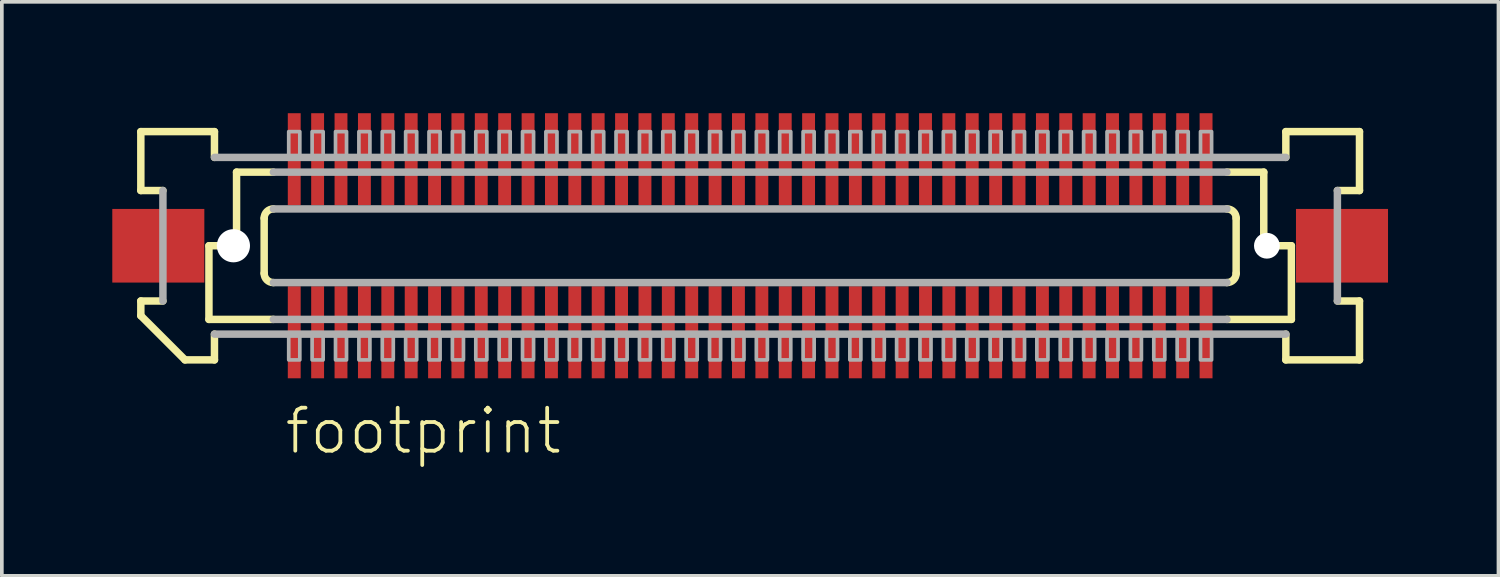
<source format=kicad_pcb>
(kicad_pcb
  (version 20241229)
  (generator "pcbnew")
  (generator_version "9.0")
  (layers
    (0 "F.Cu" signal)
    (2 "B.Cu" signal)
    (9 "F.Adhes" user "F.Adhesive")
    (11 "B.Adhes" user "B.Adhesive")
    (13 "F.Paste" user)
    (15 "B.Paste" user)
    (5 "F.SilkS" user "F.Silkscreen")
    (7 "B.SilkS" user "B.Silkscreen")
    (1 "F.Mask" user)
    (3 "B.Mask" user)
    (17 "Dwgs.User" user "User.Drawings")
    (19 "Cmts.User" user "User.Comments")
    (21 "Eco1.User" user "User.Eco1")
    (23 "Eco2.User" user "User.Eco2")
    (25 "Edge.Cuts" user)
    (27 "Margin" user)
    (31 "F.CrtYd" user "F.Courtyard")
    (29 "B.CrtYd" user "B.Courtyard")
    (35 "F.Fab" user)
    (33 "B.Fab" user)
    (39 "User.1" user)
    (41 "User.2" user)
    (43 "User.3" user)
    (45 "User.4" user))
  (footprint "footprint"
    (layer "F.Cu")
    (at 17.325 3.625)
    (property "Reference" "footprint" (at -12.7 5.715 0) (layer "F.SilkS") (effects (font (size 1.168 1.168) (thickness 0.102)) (justify left bottom)))
    (fp_poly (pts (xy -12.582 3.625) (xy -12.182 3.625) (xy -12.182 1.075) (xy -12.582 1.075)) (stroke (width 0) (type solid)) (fill yes) (layer "F.Mask"))
    (fp_poly (pts (xy -12.182 -3.625) (xy -12.582 -3.625) (xy -12.582 -1.075) (xy -12.182 -1.075)) (stroke (width 0) (type solid)) (fill yes) (layer "F.Mask"))
    (fp_poly (pts (xy -11.947 3.625) (xy -11.547 3.625) (xy -11.547 1.075) (xy -11.947 1.075)) (stroke (width 0) (type solid)) (fill yes) (layer "F.Mask"))
    (fp_poly (pts (xy -11.547 -3.625) (xy -11.947 -3.625) (xy -11.947 -1.075) (xy -11.547 -1.075)) (stroke (width 0) (type solid)) (fill yes) (layer "F.Mask"))
    (fp_poly (pts (xy -11.312 3.625) (xy -10.912 3.625) (xy -10.912 1.075) (xy -11.312 1.075)) (stroke (width 0) (type solid)) (fill yes) (layer "F.Mask"))
    (fp_poly (pts (xy -10.912 -3.625) (xy -11.312 -3.625) (xy -11.312 -1.075) (xy -10.912 -1.075)) (stroke (width 0) (type solid)) (fill yes) (layer "F.Mask"))
    (fp_poly (pts (xy -10.678 3.625) (xy -10.277 3.625) (xy -10.277 1.075) (xy -10.678 1.075)) (stroke (width 0) (type solid)) (fill yes) (layer "F.Mask"))
    (fp_poly (pts (xy -10.277 -3.625) (xy -10.678 -3.625) (xy -10.678 -1.075) (xy -10.277 -1.075)) (stroke (width 0) (type solid)) (fill yes) (layer "F.Mask"))
    (fp_poly (pts (xy -10.043 3.625) (xy -9.643 3.625) (xy -9.643 1.075) (xy -10.043 1.075)) (stroke (width 0) (type solid)) (fill yes) (layer "F.Mask"))
    (fp_poly (pts (xy -9.643 -3.625) (xy -10.043 -3.625) (xy -10.043 -1.075) (xy -9.643 -1.075)) (stroke (width 0) (type solid)) (fill yes) (layer "F.Mask"))
    (fp_poly (pts (xy -9.408 3.625) (xy -9.008 3.625) (xy -9.008 1.075) (xy -9.408 1.075)) (stroke (width 0) (type solid)) (fill yes) (layer "F.Mask"))
    (fp_poly (pts (xy -9.008 -3.625) (xy -9.408 -3.625) (xy -9.408 -1.075) (xy -9.008 -1.075)) (stroke (width 0) (type solid)) (fill yes) (layer "F.Mask"))
    (fp_poly (pts (xy -8.773 3.625) (xy -8.373 3.625) (xy -8.373 1.075) (xy -8.773 1.075)) (stroke (width 0) (type solid)) (fill yes) (layer "F.Mask"))
    (fp_poly (pts (xy -8.373 -3.625) (xy -8.773 -3.625) (xy -8.773 -1.075) (xy -8.373 -1.075)) (stroke (width 0) (type solid)) (fill yes) (layer "F.Mask"))
    (fp_poly (pts (xy -8.137 3.625) (xy -7.737 3.625) (xy -7.737 1.075) (xy -8.137 1.075)) (stroke (width 0) (type solid)) (fill yes) (layer "F.Mask"))
    (fp_poly (pts (xy -7.737 -3.625) (xy -8.137 -3.625) (xy -8.137 -1.075) (xy -7.737 -1.075)) (stroke (width 0) (type solid)) (fill yes) (layer "F.Mask"))
    (fp_poly (pts (xy -7.503 3.625) (xy -7.103 3.625) (xy -7.103 1.075) (xy -7.503 1.075)) (stroke (width 0) (type solid)) (fill yes) (layer "F.Mask"))
    (fp_poly (pts (xy -7.103 -3.625) (xy -7.503 -3.625) (xy -7.503 -1.075) (xy -7.103 -1.075)) (stroke (width 0) (type solid)) (fill yes) (layer "F.Mask"))
    (fp_poly (pts (xy -6.867 3.625) (xy -6.468 3.625) (xy -6.468 1.075) (xy -6.867 1.075)) (stroke (width 0) (type solid)) (fill yes) (layer "F.Mask"))
    (fp_poly (pts (xy -6.468 -3.625) (xy -6.867 -3.625) (xy -6.867 -1.075) (xy -6.468 -1.075)) (stroke (width 0) (type solid)) (fill yes) (layer "F.Mask"))
    (fp_poly (pts (xy -6.232 3.625) (xy -5.832 3.625) (xy -5.832 1.075) (xy -6.232 1.075)) (stroke (width 0) (type solid)) (fill yes) (layer "F.Mask"))
    (fp_poly (pts (xy -5.832 -3.625) (xy -6.232 -3.625) (xy -6.232 -1.075) (xy -5.832 -1.075)) (stroke (width 0) (type solid)) (fill yes) (layer "F.Mask"))
    (fp_poly (pts (xy -5.598 3.625) (xy -5.197 3.625) (xy -5.197 1.075) (xy -5.598 1.075)) (stroke (width 0) (type solid)) (fill yes) (layer "F.Mask"))
    (fp_poly (pts (xy -5.197 -3.625) (xy -5.598 -3.625) (xy -5.598 -1.075) (xy -5.197 -1.075)) (stroke (width 0) (type solid)) (fill yes) (layer "F.Mask"))
    (fp_poly (pts (xy -4.963 3.625) (xy -4.562 3.625) (xy -4.562 1.075) (xy -4.963 1.075)) (stroke (width 0) (type solid)) (fill yes) (layer "F.Mask"))
    (fp_poly (pts (xy -4.562 -3.625) (xy -4.963 -3.625) (xy -4.963 -1.075) (xy -4.562 -1.075)) (stroke (width 0) (type solid)) (fill yes) (layer "F.Mask"))
    (fp_poly (pts (xy -4.327 3.625) (xy -3.928 3.625) (xy -3.928 1.075) (xy -4.327 1.075)) (stroke (width 0) (type solid)) (fill yes) (layer "F.Mask"))
    (fp_poly (pts (xy -3.928 -3.625) (xy -4.327 -3.625) (xy -4.327 -1.075) (xy -3.928 -1.075)) (stroke (width 0) (type solid)) (fill yes) (layer "F.Mask"))
    (fp_poly (pts (xy -3.692 3.625) (xy -3.292 3.625) (xy -3.292 1.075) (xy -3.692 1.075)) (stroke (width 0) (type solid)) (fill yes) (layer "F.Mask"))
    (fp_poly (pts (xy -3.292 -3.625) (xy -3.692 -3.625) (xy -3.692 -1.075) (xy -3.292 -1.075)) (stroke (width 0) (type solid)) (fill yes) (layer "F.Mask"))
    (fp_poly (pts (xy -3.058 3.625) (xy -2.658 3.625) (xy -2.658 1.075) (xy -3.058 1.075)) (stroke (width 0) (type solid)) (fill yes) (layer "F.Mask"))
    (fp_poly (pts (xy -2.658 -3.625) (xy -3.058 -3.625) (xy -3.058 -1.075) (xy -2.658 -1.075)) (stroke (width 0) (type solid)) (fill yes) (layer "F.Mask"))
    (fp_poly (pts (xy -2.422 3.625) (xy -2.022 3.625) (xy -2.022 1.075) (xy -2.422 1.075)) (stroke (width 0) (type solid)) (fill yes) (layer "F.Mask"))
    (fp_poly (pts (xy -2.022 -3.625) (xy -2.422 -3.625) (xy -2.422 -1.075) (xy -2.022 -1.075)) (stroke (width 0) (type solid)) (fill yes) (layer "F.Mask"))
    (fp_poly (pts (xy -1.788 3.625) (xy -1.387 3.625) (xy -1.387 1.075) (xy -1.788 1.075)) (stroke (width 0) (type solid)) (fill yes) (layer "F.Mask"))
    (fp_poly (pts (xy -1.387 -3.625) (xy -1.788 -3.625) (xy -1.788 -1.075) (xy -1.387 -1.075)) (stroke (width 0) (type solid)) (fill yes) (layer "F.Mask"))
    (fp_poly (pts (xy -1.153 3.625) (xy -0.752 3.625) (xy -0.752 1.075) (xy -1.153 1.075)) (stroke (width 0) (type solid)) (fill yes) (layer "F.Mask"))
    (fp_poly (pts (xy -0.752 -3.625) (xy -1.153 -3.625) (xy -1.153 -1.075) (xy -0.752 -1.075)) (stroke (width 0) (type solid)) (fill yes) (layer "F.Mask"))
    (fp_poly (pts (xy -0.517 3.625) (xy -0.117 3.625) (xy -0.117 1.075) (xy -0.517 1.075)) (stroke (width 0) (type solid)) (fill yes) (layer "F.Mask"))
    (fp_poly (pts (xy -0.117 -3.625) (xy -0.517 -3.625) (xy -0.517 -1.075) (xy -0.117 -1.075)) (stroke (width 0) (type solid)) (fill yes) (layer "F.Mask"))
    (fp_poly (pts (xy 0.117 3.625) (xy 0.517 3.625) (xy 0.517 1.075) (xy 0.117 1.075)) (stroke (width 0) (type solid)) (fill yes) (layer "F.Mask"))
    (fp_poly (pts (xy 0.517 -3.625) (xy 0.117 -3.625) (xy 0.117 -1.075) (xy 0.517 -1.075)) (stroke (width 0) (type solid)) (fill yes) (layer "F.Mask"))
    (fp_poly (pts (xy 0.752 3.625) (xy 1.153 3.625) (xy 1.153 1.075) (xy 0.752 1.075)) (stroke (width 0) (type solid)) (fill yes) (layer "F.Mask"))
    (fp_poly (pts (xy 1.153 -3.625) (xy 0.752 -3.625) (xy 0.752 -1.075) (xy 1.153 -1.075)) (stroke (width 0) (type solid)) (fill yes) (layer "F.Mask"))
    (fp_poly (pts (xy 1.387 3.625) (xy 1.788 3.625) (xy 1.788 1.075) (xy 1.387 1.075)) (stroke (width 0) (type solid)) (fill yes) (layer "F.Mask"))
    (fp_poly (pts (xy 1.788 -3.625) (xy 1.387 -3.625) (xy 1.387 -1.075) (xy 1.788 -1.075)) (stroke (width 0) (type solid)) (fill yes) (layer "F.Mask"))
    (fp_poly (pts (xy 2.022 3.625) (xy 2.422 3.625) (xy 2.422 1.075) (xy 2.022 1.075)) (stroke (width 0) (type solid)) (fill yes) (layer "F.Mask"))
    (fp_poly (pts (xy 2.422 -3.625) (xy 2.022 -3.625) (xy 2.022 -1.075) (xy 2.422 -1.075)) (stroke (width 0) (type solid)) (fill yes) (layer "F.Mask"))
    (fp_poly (pts (xy 2.658 3.625) (xy 3.058 3.625) (xy 3.058 1.075) (xy 2.658 1.075)) (stroke (width 0) (type solid)) (fill yes) (layer "F.Mask"))
    (fp_poly (pts (xy 3.058 -3.625) (xy 2.658 -3.625) (xy 2.658 -1.075) (xy 3.058 -1.075)) (stroke (width 0) (type solid)) (fill yes) (layer "F.Mask"))
    (fp_poly (pts (xy 3.292 3.625) (xy 3.692 3.625) (xy 3.692 1.075) (xy 3.292 1.075)) (stroke (width 0) (type solid)) (fill yes) (layer "F.Mask"))
    (fp_poly (pts (xy 3.692 -3.625) (xy 3.292 -3.625) (xy 3.292 -1.075) (xy 3.692 -1.075)) (stroke (width 0) (type solid)) (fill yes) (layer "F.Mask"))
    (fp_poly (pts (xy 3.928 3.625) (xy 4.327 3.625) (xy 4.327 1.075) (xy 3.928 1.075)) (stroke (width 0) (type solid)) (fill yes) (layer "F.Mask"))
    (fp_poly (pts (xy 4.327 -3.625) (xy 3.928 -3.625) (xy 3.928 -1.075) (xy 4.327 -1.075)) (stroke (width 0) (type solid)) (fill yes) (layer "F.Mask"))
    (fp_poly (pts (xy 4.562 3.625) (xy 4.963 3.625) (xy 4.963 1.075) (xy 4.562 1.075)) (stroke (width 0) (type solid)) (fill yes) (layer "F.Mask"))
    (fp_poly (pts (xy 4.963 -3.625) (xy 4.562 -3.625) (xy 4.562 -1.075) (xy 4.963 -1.075)) (stroke (width 0) (type solid)) (fill yes) (layer "F.Mask"))
    (fp_poly (pts (xy 5.197 3.625) (xy 5.598 3.625) (xy 5.598 1.075) (xy 5.197 1.075)) (stroke (width 0) (type solid)) (fill yes) (layer "F.Mask"))
    (fp_poly (pts (xy 5.598 -3.625) (xy 5.197 -3.625) (xy 5.197 -1.075) (xy 5.598 -1.075)) (stroke (width 0) (type solid)) (fill yes) (layer "F.Mask"))
    (fp_poly (pts (xy 5.832 3.625) (xy 6.232 3.625) (xy 6.232 1.075) (xy 5.832 1.075)) (stroke (width 0) (type solid)) (fill yes) (layer "F.Mask"))
    (fp_poly (pts (xy 6.232 -3.625) (xy 5.832 -3.625) (xy 5.832 -1.075) (xy 6.232 -1.075)) (stroke (width 0) (type solid)) (fill yes) (layer "F.Mask"))
    (fp_poly (pts (xy 6.468 3.625) (xy 6.867 3.625) (xy 6.867 1.075) (xy 6.468 1.075)) (stroke (width 0) (type solid)) (fill yes) (layer "F.Mask"))
    (fp_poly (pts (xy 6.867 -3.625) (xy 6.468 -3.625) (xy 6.468 -1.075) (xy 6.867 -1.075)) (stroke (width 0) (type solid)) (fill yes) (layer "F.Mask"))
    (fp_poly (pts (xy 7.103 3.625) (xy 7.503 3.625) (xy 7.503 1.075) (xy 7.103 1.075)) (stroke (width 0) (type solid)) (fill yes) (layer "F.Mask"))
    (fp_poly (pts (xy 7.503 -3.625) (xy 7.103 -3.625) (xy 7.103 -1.075) (xy 7.503 -1.075)) (stroke (width 0) (type solid)) (fill yes) (layer "F.Mask"))
    (fp_poly (pts (xy 7.737 3.625) (xy 8.137 3.625) (xy 8.137 1.075) (xy 7.737 1.075)) (stroke (width 0) (type solid)) (fill yes) (layer "F.Mask"))
    (fp_poly (pts (xy 8.137 -3.625) (xy 7.737 -3.625) (xy 7.737 -1.075) (xy 8.137 -1.075)) (stroke (width 0) (type solid)) (fill yes) (layer "F.Mask"))
    (fp_poly (pts (xy 8.373 3.625) (xy 8.773 3.625) (xy 8.773 1.075) (xy 8.373 1.075)) (stroke (width 0) (type solid)) (fill yes) (layer "F.Mask"))
    (fp_poly (pts (xy 8.773 -3.625) (xy 8.373 -3.625) (xy 8.373 -1.075) (xy 8.773 -1.075)) (stroke (width 0) (type solid)) (fill yes) (layer "F.Mask"))
    (fp_poly (pts (xy 9.008 3.625) (xy 9.408 3.625) (xy 9.408 1.075) (xy 9.008 1.075)) (stroke (width 0) (type solid)) (fill yes) (layer "F.Mask"))
    (fp_poly (pts (xy 9.408 -3.625) (xy 9.008 -3.625) (xy 9.008 -1.075) (xy 9.408 -1.075)) (stroke (width 0) (type solid)) (fill yes) (layer "F.Mask"))
    (fp_poly (pts (xy 9.643 3.625) (xy 10.043 3.625) (xy 10.043 1.075) (xy 9.643 1.075)) (stroke (width 0) (type solid)) (fill yes) (layer "F.Mask"))
    (fp_poly (pts (xy 10.043 -3.625) (xy 9.643 -3.625) (xy 9.643 -1.075) (xy 10.043 -1.075)) (stroke (width 0) (type solid)) (fill yes) (layer "F.Mask"))
    (fp_poly (pts (xy 10.277 3.625) (xy 10.678 3.625) (xy 10.678 1.075) (xy 10.277 1.075)) (stroke (width 0) (type solid)) (fill yes) (layer "F.Mask"))
    (fp_poly (pts (xy 10.678 -3.625) (xy 10.277 -3.625) (xy 10.277 -1.075) (xy 10.678 -1.075)) (stroke (width 0) (type solid)) (fill yes) (layer "F.Mask"))
    (fp_poly (pts (xy 10.912 3.625) (xy 11.312 3.625) (xy 11.312 1.075) (xy 10.912 1.075)) (stroke (width 0) (type solid)) (fill yes) (layer "F.Mask"))
    (fp_poly (pts (xy 11.312 -3.625) (xy 10.912 -3.625) (xy 10.912 -1.075) (xy 11.312 -1.075)) (stroke (width 0) (type solid)) (fill yes) (layer "F.Mask"))
    (fp_poly (pts (xy 11.547 3.625) (xy 11.947 3.625) (xy 11.947 1.075) (xy 11.547 1.075)) (stroke (width 0) (type solid)) (fill yes) (layer "F.Mask"))
    (fp_poly (pts (xy 11.947 -3.625) (xy 11.547 -3.625) (xy 11.547 -1.075) (xy 11.947 -1.075)) (stroke (width 0) (type solid)) (fill yes) (layer "F.Mask"))
    (fp_poly (pts (xy 12.182 3.625) (xy 12.582 3.625) (xy 12.582 1.075) (xy 12.182 1.075)) (stroke (width 0) (type solid)) (fill yes) (layer "F.Mask"))
    (fp_poly (pts (xy 12.582 -3.625) (xy 12.182 -3.625) (xy 12.182 -1.075) (xy 12.582 -1.075)) (stroke (width 0) (type solid)) (fill yes) (layer "F.Mask"))
    (fp_line (start -16.55 -3.1) (end -14.55 -3.1) (stroke (width 0.203) (type solid)) (layer "F.SilkS"))
    (fp_line (start -16.55 -1.5) (end -16.55 -3.1) (stroke (width 0.203) (type solid)) (layer "F.SilkS"))
    (fp_line (start -16.55 1.5) (end -15.95 1.5) (stroke (width 0.203) (type solid)) (layer "F.SilkS"))
    (fp_line (start -16.55 1.9) (end -16.55 1.5) (stroke (width 0.203) (type solid)) (layer "F.SilkS"))
    (fp_line (start -15.95 -1.5) (end -16.55 -1.5) (stroke (width 0.203) (type solid)) (layer "F.SilkS"))
    (fp_line (start -15.35 3.1) (end -16.55 1.9) (stroke (width 0.203) (type solid)) (layer "F.SilkS"))
    (fp_line (start -14.7 0) (end -14.7 2) (stroke (width 0.203) (type solid)) (layer "F.SilkS"))
    (fp_line (start -14.7 2) (end -12.95 2) (stroke (width 0.203) (type solid)) (layer "F.SilkS"))
    (fp_line (start -14.55 -3.1) (end -14.55 -2.4) (stroke (width 0.203) (type solid)) (layer "F.SilkS"))
    (fp_line (start -14.55 2.4) (end -14.55 3.1) (stroke (width 0.203) (type solid)) (layer "F.SilkS"))
    (fp_line (start -14.55 3.1) (end -15.35 3.1) (stroke (width 0.203) (type solid)) (layer "F.SilkS"))
    (fp_line (start -13.95 -2) (end -13.95 0) (stroke (width 0.203) (type solid)) (layer "F.SilkS"))
    (fp_line (start -13.95 0) (end -14.7 0) (stroke (width 0.203) (type solid)) (layer "F.SilkS"))
    (fp_line (start -13.2 0.75) (end -13.2 -0.75) (stroke (width 0.203) (type solid)) (layer "F.SilkS"))
    (fp_line (start -12.95 -2) (end -13.95 -2) (stroke (width 0.203) (type solid)) (layer "F.SilkS"))
    (fp_line (start 12.95 2) (end 14.7 2) (stroke (width 0.203) (type solid)) (layer "F.SilkS"))
    (fp_line (start 13.2 -0.75) (end 13.2 0.75) (stroke (width 0.203) (type solid)) (layer "F.SilkS"))
    (fp_line (start 13.95 -2) (end 12.95 -2) (stroke (width 0.203) (type solid)) (layer "F.SilkS"))
    (fp_line (start 13.95 -2) (end 13.95 0) (stroke (width 0.203) (type solid)) (layer "F.SilkS"))
    (fp_line (start 14.55 -3.1) (end 16.55 -3.1) (stroke (width 0.203) (type solid)) (layer "F.SilkS"))
    (fp_line (start 14.55 -2.4) (end 14.55 -3.1) (stroke (width 0.203) (type solid)) (layer "F.SilkS"))
    (fp_line (start 14.55 3.1) (end 14.55 2.4) (stroke (width 0.203) (type solid)) (layer "F.SilkS"))
    (fp_line (start 14.7 0) (end 13.95 0) (stroke (width 0.203) (type solid)) (layer "F.SilkS"))
    (fp_line (start 14.7 0) (end 14.7 2) (stroke (width 0.203) (type solid)) (layer "F.SilkS"))
    (fp_line (start 15.95 1.5) (end 16.55 1.5) (stroke (width 0.203) (type solid)) (layer "F.SilkS"))
    (fp_line (start 16.55 -3.1) (end 16.55 -1.5) (stroke (width 0.203) (type solid)) (layer "F.SilkS"))
    (fp_line (start 16.55 -1.5) (end 15.95 -1.5) (stroke (width 0.203) (type solid)) (layer "F.SilkS"))
    (fp_line (start 16.55 1.5) (end 16.55 3.1) (stroke (width 0.203) (type solid)) (layer "F.SilkS"))
    (fp_line (start 16.55 3.1) (end 14.55 3.1) (stroke (width 0.203) (type solid)) (layer "F.SilkS"))
    (fp_arc (start -13.2 -0.75) (mid -13.126777 -0.926777) (end -12.95 -1) (stroke (width 0.2032) (type solid)) (layer "F.SilkS"))
    (fp_arc (start -12.95 1) (mid -13.126777 0.926777) (end -13.2 0.75) (stroke (width 0.2032) (type solid)) (layer "F.SilkS"))
    (fp_arc (start 12.95 -1) (mid 13.126777 -0.926777) (end 13.2 -0.75) (stroke (width 0.2032) (type solid)) (layer "F.SilkS"))
    (fp_arc (start 13.2 0.75) (mid 13.126777 0.926777) (end 12.95 1) (stroke (width 0.2032) (type solid)) (layer "F.SilkS"))
    (fp_line (start -15.95 1.5) (end -15.95 -1.5) (stroke (width 0.203) (type solid)) (layer "F.Fab"))
    (fp_line (start -14.55 -2.4) (end 14.55 -2.4) (stroke (width 0.203) (type solid)) (layer "F.Fab"))
    (fp_line (start -12.95 -1) (end 12.95 -1) (stroke (width 0.203) (type solid)) (layer "F.Fab"))
    (fp_line (start -12.95 2) (end 12.95 2) (stroke (width 0.203) (type solid)) (layer "F.Fab"))
    (fp_line (start 12.95 -2) (end -12.95 -2) (stroke (width 0.203) (type solid)) (layer "F.Fab"))
    (fp_line (start 12.95 1) (end -12.95 1) (stroke (width 0.203) (type solid)) (layer "F.Fab"))
    (fp_line (start 14.55 2.4) (end -14.55 2.4) (stroke (width 0.203) (type solid)) (layer "F.Fab"))
    (fp_line (start 15.95 -1.5) (end 15.95 1.5) (stroke (width 0.203) (type solid)) (layer "F.Fab"))
    (fp_poly (pts (xy -12.533 3.1) (xy -12.232 3.1) (xy -12.232 2.375) (xy -12.533 2.375)) (stroke (width 0.1) (type solid)) (fill no) (layer "F.Fab"))
    (fp_poly (pts (xy -12.232 -3.1) (xy -12.533 -3.1) (xy -12.533 -2.375) (xy -12.232 -2.375)) (stroke (width 0.1) (type solid)) (fill no) (layer "F.Fab"))
    (fp_poly (pts (xy -11.898 3.1) (xy -11.598 3.1) (xy -11.598 2.375) (xy -11.898 2.375)) (stroke (width 0.1) (type solid)) (fill no) (layer "F.Fab"))
    (fp_poly (pts (xy -11.598 -3.1) (xy -11.898 -3.1) (xy -11.898 -2.375) (xy -11.598 -2.375)) (stroke (width 0.1) (type solid)) (fill no) (layer "F.Fab"))
    (fp_poly (pts (xy -11.262 3.1) (xy -10.963 3.1) (xy -10.963 2.375) (xy -11.262 2.375)) (stroke (width 0.1) (type solid)) (fill no) (layer "F.Fab"))
    (fp_poly (pts (xy -10.963 -3.1) (xy -11.262 -3.1) (xy -11.262 -2.375) (xy -10.963 -2.375)) (stroke (width 0.1) (type solid)) (fill no) (layer "F.Fab"))
    (fp_poly (pts (xy -10.627 3.1) (xy -10.328 3.1) (xy -10.328 2.375) (xy -10.627 2.375)) (stroke (width 0.1) (type solid)) (fill no) (layer "F.Fab"))
    (fp_poly (pts (xy -10.328 -3.1) (xy -10.627 -3.1) (xy -10.627 -2.375) (xy -10.328 -2.375)) (stroke (width 0.1) (type solid)) (fill no) (layer "F.Fab"))
    (fp_poly (pts (xy -9.992 3.1) (xy -9.693 3.1) (xy -9.693 2.375) (xy -9.992 2.375)) (stroke (width 0.1) (type solid)) (fill no) (layer "F.Fab"))
    (fp_poly (pts (xy -9.693 -3.1) (xy -9.992 -3.1) (xy -9.992 -2.375) (xy -9.693 -2.375)) (stroke (width 0.1) (type solid)) (fill no) (layer "F.Fab"))
    (fp_poly (pts (xy -9.357 3.1) (xy -9.057 3.1) (xy -9.057 2.375) (xy -9.357 2.375)) (stroke (width 0.1) (type solid)) (fill no) (layer "F.Fab"))
    (fp_poly (pts (xy -9.057 -3.1) (xy -9.357 -3.1) (xy -9.357 -2.375) (xy -9.057 -2.375)) (stroke (width 0.1) (type solid)) (fill no) (layer "F.Fab"))
    (fp_poly (pts (xy -8.723 3.1) (xy -8.422 3.1) (xy -8.422 2.375) (xy -8.723 2.375)) (stroke (width 0.1) (type solid)) (fill no) (layer "F.Fab"))
    (fp_poly (pts (xy -8.422 -3.1) (xy -8.723 -3.1) (xy -8.723 -2.375) (xy -8.422 -2.375)) (stroke (width 0.1) (type solid)) (fill no) (layer "F.Fab"))
    (fp_poly (pts (xy -8.088 3.1) (xy -7.787 3.1) (xy -7.787 2.375) (xy -8.088 2.375)) (stroke (width 0.1) (type solid)) (fill no) (layer "F.Fab"))
    (fp_poly (pts (xy -7.787 -3.1) (xy -8.088 -3.1) (xy -8.088 -2.375) (xy -7.787 -2.375)) (stroke (width 0.1) (type solid)) (fill no) (layer "F.Fab"))
    (fp_poly (pts (xy -7.452 3.1) (xy -7.152 3.1) (xy -7.152 2.375) (xy -7.452 2.375)) (stroke (width 0.1) (type solid)) (fill no) (layer "F.Fab"))
    (fp_poly (pts (xy -7.152 -3.1) (xy -7.452 -3.1) (xy -7.452 -2.375) (xy -7.152 -2.375)) (stroke (width 0.1) (type solid)) (fill no) (layer "F.Fab"))
    (fp_poly (pts (xy -6.817 3.1) (xy -6.518 3.1) (xy -6.518 2.375) (xy -6.817 2.375)) (stroke (width 0.1) (type solid)) (fill no) (layer "F.Fab"))
    (fp_poly (pts (xy -6.518 -3.1) (xy -6.817 -3.1) (xy -6.817 -2.375) (xy -6.518 -2.375)) (stroke (width 0.1) (type solid)) (fill no) (layer "F.Fab"))
    (fp_poly (pts (xy -6.183 3.1) (xy -5.883 3.1) (xy -5.883 2.375) (xy -6.183 2.375)) (stroke (width 0.1) (type solid)) (fill no) (layer "F.Fab"))
    (fp_poly (pts (xy -5.883 -3.1) (xy -6.183 -3.1) (xy -6.183 -2.375) (xy -5.883 -2.375)) (stroke (width 0.1) (type solid)) (fill no) (layer "F.Fab"))
    (fp_poly (pts (xy -5.548 3.1) (xy -5.247 3.1) (xy -5.247 2.375) (xy -5.548 2.375)) (stroke (width 0.1) (type solid)) (fill no) (layer "F.Fab"))
    (fp_poly (pts (xy -5.247 -3.1) (xy -5.548 -3.1) (xy -5.548 -2.375) (xy -5.247 -2.375)) (stroke (width 0.1) (type solid)) (fill no) (layer "F.Fab"))
    (fp_poly (pts (xy -4.912 3.1) (xy -4.612 3.1) (xy -4.612 2.375) (xy -4.912 2.375)) (stroke (width 0.1) (type solid)) (fill no) (layer "F.Fab"))
    (fp_poly (pts (xy -4.612 -3.1) (xy -4.912 -3.1) (xy -4.912 -2.375) (xy -4.612 -2.375)) (stroke (width 0.1) (type solid)) (fill no) (layer "F.Fab"))
    (fp_poly (pts (xy -4.277 3.1) (xy -3.978 3.1) (xy -3.978 2.375) (xy -4.277 2.375)) (stroke (width 0.1) (type solid)) (fill no) (layer "F.Fab"))
    (fp_poly (pts (xy -3.978 -3.1) (xy -4.277 -3.1) (xy -4.277 -2.375) (xy -3.978 -2.375)) (stroke (width 0.1) (type solid)) (fill no) (layer "F.Fab"))
    (fp_poly (pts (xy -3.643 3.1) (xy -3.342 3.1) (xy -3.342 2.375) (xy -3.643 2.375)) (stroke (width 0.1) (type solid)) (fill no) (layer "F.Fab"))
    (fp_poly (pts (xy -3.342 -3.1) (xy -3.643 -3.1) (xy -3.643 -2.375) (xy -3.342 -2.375)) (stroke (width 0.1) (type solid)) (fill no) (layer "F.Fab"))
    (fp_poly (pts (xy -3.007 3.1) (xy -2.708 3.1) (xy -2.708 2.375) (xy -3.007 2.375)) (stroke (width 0.1) (type solid)) (fill no) (layer "F.Fab"))
    (fp_poly (pts (xy -2.708 -3.1) (xy -3.007 -3.1) (xy -3.007 -2.375) (xy -2.708 -2.375)) (stroke (width 0.1) (type solid)) (fill no) (layer "F.Fab"))
    (fp_poly (pts (xy -2.373 3.1) (xy -2.072 3.1) (xy -2.072 2.375) (xy -2.373 2.375)) (stroke (width 0.1) (type solid)) (fill no) (layer "F.Fab"))
    (fp_poly (pts (xy -2.072 -3.1) (xy -2.373 -3.1) (xy -2.373 -2.375) (xy -2.072 -2.375)) (stroke (width 0.1) (type solid)) (fill no) (layer "F.Fab"))
    (fp_poly (pts (xy -1.738 3.1) (xy -1.438 3.1) (xy -1.438 2.375) (xy -1.738 2.375)) (stroke (width 0.1) (type solid)) (fill no) (layer "F.Fab"))
    (fp_poly (pts (xy -1.438 -3.1) (xy -1.738 -3.1) (xy -1.738 -2.375) (xy -1.438 -2.375)) (stroke (width 0.1) (type solid)) (fill no) (layer "F.Fab"))
    (fp_poly (pts (xy -1.103 3.1) (xy -0.802 3.1) (xy -0.802 2.375) (xy -1.103 2.375)) (stroke (width 0.1) (type solid)) (fill no) (layer "F.Fab"))
    (fp_poly (pts (xy -0.802 -3.1) (xy -1.103 -3.1) (xy -1.103 -2.375) (xy -0.802 -2.375)) (stroke (width 0.1) (type solid)) (fill no) (layer "F.Fab"))
    (fp_poly (pts (xy -0.468 3.1) (xy -0.168 3.1) (xy -0.168 2.375) (xy -0.468 2.375)) (stroke (width 0.1) (type solid)) (fill no) (layer "F.Fab"))
    (fp_poly (pts (xy -0.168 -3.1) (xy -0.468 -3.1) (xy -0.468 -2.375) (xy -0.168 -2.375)) (stroke (width 0.1) (type solid)) (fill no) (layer "F.Fab"))
    (fp_poly (pts (xy 0.168 3.1) (xy 0.468 3.1) (xy 0.468 2.375) (xy 0.168 2.375)) (stroke (width 0.1) (type solid)) (fill no) (layer "F.Fab"))
    (fp_poly (pts (xy 0.468 -3.1) (xy 0.168 -3.1) (xy 0.168 -2.375) (xy 0.468 -2.375)) (stroke (width 0.1) (type solid)) (fill no) (layer "F.Fab"))
    (fp_poly (pts (xy 0.802 3.1) (xy 1.103 3.1) (xy 1.103 2.375) (xy 0.802 2.375)) (stroke (width 0.1) (type solid)) (fill no) (layer "F.Fab"))
    (fp_poly (pts (xy 1.103 -3.1) (xy 0.802 -3.1) (xy 0.802 -2.375) (xy 1.103 -2.375)) (stroke (width 0.1) (type solid)) (fill no) (layer "F.Fab"))
    (fp_poly (pts (xy 1.438 3.1) (xy 1.738 3.1) (xy 1.738 2.375) (xy 1.438 2.375)) (stroke (width 0.1) (type solid)) (fill no) (layer "F.Fab"))
    (fp_poly (pts (xy 1.738 -3.1) (xy 1.438 -3.1) (xy 1.438 -2.375) (xy 1.738 -2.375)) (stroke (width 0.1) (type solid)) (fill no) (layer "F.Fab"))
    (fp_poly (pts (xy 2.072 3.1) (xy 2.373 3.1) (xy 2.373 2.375) (xy 2.072 2.375)) (stroke (width 0.1) (type solid)) (fill no) (layer "F.Fab"))
    (fp_poly (pts (xy 2.373 -3.1) (xy 2.072 -3.1) (xy 2.072 -2.375) (xy 2.373 -2.375)) (stroke (width 0.1) (type solid)) (fill no) (layer "F.Fab"))
    (fp_poly (pts (xy 2.708 3.1) (xy 3.007 3.1) (xy 3.007 2.375) (xy 2.708 2.375)) (stroke (width 0.1) (type solid)) (fill no) (layer "F.Fab"))
    (fp_poly (pts (xy 3.007 -3.1) (xy 2.708 -3.1) (xy 2.708 -2.375) (xy 3.007 -2.375)) (stroke (width 0.1) (type solid)) (fill no) (layer "F.Fab"))
    (fp_poly (pts (xy 3.342 3.1) (xy 3.643 3.1) (xy 3.643 2.375) (xy 3.342 2.375)) (stroke (width 0.1) (type solid)) (fill no) (layer "F.Fab"))
    (fp_poly (pts (xy 3.643 -3.1) (xy 3.342 -3.1) (xy 3.342 -2.375) (xy 3.643 -2.375)) (stroke (width 0.1) (type solid)) (fill no) (layer "F.Fab"))
    (fp_poly (pts (xy 3.978 3.1) (xy 4.277 3.1) (xy 4.277 2.375) (xy 3.978 2.375)) (stroke (width 0.1) (type solid)) (fill no) (layer "F.Fab"))
    (fp_poly (pts (xy 4.277 -3.1) (xy 3.978 -3.1) (xy 3.978 -2.375) (xy 4.277 -2.375)) (stroke (width 0.1) (type solid)) (fill no) (layer "F.Fab"))
    (fp_poly (pts (xy 4.612 3.1) (xy 4.912 3.1) (xy 4.912 2.375) (xy 4.612 2.375)) (stroke (width 0.1) (type solid)) (fill no) (layer "F.Fab"))
    (fp_poly (pts (xy 4.912 -3.1) (xy 4.612 -3.1) (xy 4.612 -2.375) (xy 4.912 -2.375)) (stroke (width 0.1) (type solid)) (fill no) (layer "F.Fab"))
    (fp_poly (pts (xy 5.247 3.1) (xy 5.548 3.1) (xy 5.548 2.375) (xy 5.247 2.375)) (stroke (width 0.1) (type solid)) (fill no) (layer "F.Fab"))
    (fp_poly (pts (xy 5.548 -3.1) (xy 5.247 -3.1) (xy 5.247 -2.375) (xy 5.548 -2.375)) (stroke (width 0.1) (type solid)) (fill no) (layer "F.Fab"))
    (fp_poly (pts (xy 5.883 3.1) (xy 6.183 3.1) (xy 6.183 2.375) (xy 5.883 2.375)) (stroke (width 0.1) (type solid)) (fill no) (layer "F.Fab"))
    (fp_poly (pts (xy 6.183 -3.1) (xy 5.883 -3.1) (xy 5.883 -2.375) (xy 6.183 -2.375)) (stroke (width 0.1) (type solid)) (fill no) (layer "F.Fab"))
    (fp_poly (pts (xy 6.518 3.1) (xy 6.817 3.1) (xy 6.817 2.375) (xy 6.518 2.375)) (stroke (width 0.1) (type solid)) (fill no) (layer "F.Fab"))
    (fp_poly (pts (xy 6.817 -3.1) (xy 6.518 -3.1) (xy 6.518 -2.375) (xy 6.817 -2.375)) (stroke (width 0.1) (type solid)) (fill no) (layer "F.Fab"))
    (fp_poly (pts (xy 7.152 3.1) (xy 7.452 3.1) (xy 7.452 2.375) (xy 7.152 2.375)) (stroke (width 0.1) (type solid)) (fill no) (layer "F.Fab"))
    (fp_poly (pts (xy 7.452 -3.1) (xy 7.152 -3.1) (xy 7.152 -2.375) (xy 7.452 -2.375)) (stroke (width 0.1) (type solid)) (fill no) (layer "F.Fab"))
    (fp_poly (pts (xy 7.787 3.1) (xy 8.088 3.1) (xy 8.088 2.375) (xy 7.787 2.375)) (stroke (width 0.1) (type solid)) (fill no) (layer "F.Fab"))
    (fp_poly (pts (xy 8.088 -3.1) (xy 7.787 -3.1) (xy 7.787 -2.375) (xy 8.088 -2.375)) (stroke (width 0.1) (type solid)) (fill no) (layer "F.Fab"))
    (fp_poly (pts (xy 8.422 3.1) (xy 8.723 3.1) (xy 8.723 2.375) (xy 8.422 2.375)) (stroke (width 0.1) (type solid)) (fill no) (layer "F.Fab"))
    (fp_poly (pts (xy 8.723 -3.1) (xy 8.422 -3.1) (xy 8.422 -2.375) (xy 8.723 -2.375)) (stroke (width 0.1) (type solid)) (fill no) (layer "F.Fab"))
    (fp_poly (pts (xy 9.057 3.1) (xy 9.357 3.1) (xy 9.357 2.375) (xy 9.057 2.375)) (stroke (width 0.1) (type solid)) (fill no) (layer "F.Fab"))
    (fp_poly (pts (xy 9.357 -3.1) (xy 9.057 -3.1) (xy 9.057 -2.375) (xy 9.357 -2.375)) (stroke (width 0.1) (type solid)) (fill no) (layer "F.Fab"))
    (fp_poly (pts (xy 9.693 3.1) (xy 9.992 3.1) (xy 9.992 2.375) (xy 9.693 2.375)) (stroke (width 0.1) (type solid)) (fill no) (layer "F.Fab"))
    (fp_poly (pts (xy 9.992 -3.1) (xy 9.693 -3.1) (xy 9.693 -2.375) (xy 9.992 -2.375)) (stroke (width 0.1) (type solid)) (fill no) (layer "F.Fab"))
    (fp_poly (pts (xy 10.328 3.1) (xy 10.627 3.1) (xy 10.627 2.375) (xy 10.328 2.375)) (stroke (width 0.1) (type solid)) (fill no) (layer "F.Fab"))
    (fp_poly (pts (xy 10.627 -3.1) (xy 10.328 -3.1) (xy 10.328 -2.375) (xy 10.627 -2.375)) (stroke (width 0.1) (type solid)) (fill no) (layer "F.Fab"))
    (fp_poly (pts (xy 10.963 3.1) (xy 11.262 3.1) (xy 11.262 2.375) (xy 10.963 2.375)) (stroke (width 0.1) (type solid)) (fill no) (layer "F.Fab"))
    (fp_poly (pts (xy 11.262 -3.1) (xy 10.963 -3.1) (xy 10.963 -2.375) (xy 11.262 -2.375)) (stroke (width 0.1) (type solid)) (fill no) (layer "F.Fab"))
    (fp_poly (pts (xy 11.598 3.1) (xy 11.898 3.1) (xy 11.898 2.375) (xy 11.598 2.375)) (stroke (width 0.1) (type solid)) (fill no) (layer "F.Fab"))
    (fp_poly (pts (xy 11.898 -3.1) (xy 11.598 -3.1) (xy 11.598 -2.375) (xy 11.898 -2.375)) (stroke (width 0.1) (type solid)) (fill no) (layer "F.Fab"))
    (fp_poly (pts (xy 12.232 3.1) (xy 12.533 3.1) (xy 12.533 2.375) (xy 12.232 2.375)) (stroke (width 0.1) (type solid)) (fill no) (layer "F.Fab"))
    (fp_poly (pts (xy 12.533 -3.1) (xy 12.232 -3.1) (xy 12.232 -2.375) (xy 12.533 -2.375)) (stroke (width 0.1) (type solid)) (fill no) (layer "F.Fab"))
    (pad "" np_thru_hole circle (at -14.035 0) (size 0.9 0.9) (drill 0.9) (layers "*.Cu" "*.Mask"))
    (pad "" np_thru_hole circle (at 14.035 0) (size 0.7 0.7) (drill 0.7) (layers "*.Cu" "*.Mask"))
    (pad "1" smd rect (at -12.383 2.35) (size 0.35 2.5) (layers "F.Cu" "F.Paste"))
    (pad "2" smd rect (at -12.383 -2.35 180) (size 0.35 2.5) (layers "F.Cu" "F.Paste"))
    (pad "3" smd rect (at -11.748 2.35) (size 0.35 2.5) (layers "F.Cu" "F.Paste"))
    (pad "4" smd rect (at -11.748 -2.35 180) (size 0.35 2.5) (layers "F.Cu" "F.Paste"))
    (pad "5" smd rect (at -11.113 2.35) (size 0.35 2.5) (layers "F.Cu" "F.Paste"))
    (pad "6" smd rect (at -11.113 -2.35 180) (size 0.35 2.5) (layers "F.Cu" "F.Paste"))
    (pad "7" smd rect (at -10.477 2.35) (size 0.35 2.5) (layers "F.Cu" "F.Paste"))
    (pad "8" smd rect (at -10.477 -2.35 180) (size 0.35 2.5) (layers "F.Cu" "F.Paste"))
    (pad "9" smd rect (at -9.842 2.35) (size 0.35 2.5) (layers "F.Cu" "F.Paste"))
    (pad "10" smd rect (at -9.842 -2.35 180) (size 0.35 2.5) (layers "F.Cu" "F.Paste"))
    (pad "11" smd rect (at -9.207 2.35) (size 0.35 2.5) (layers "F.Cu" "F.Paste"))
    (pad "12" smd rect (at -9.207 -2.35 180) (size 0.35 2.5) (layers "F.Cu" "F.Paste"))
    (pad "13" smd rect (at -8.572 2.35) (size 0.35 2.5) (layers "F.Cu" "F.Paste"))
    (pad "14" smd rect (at -8.572 -2.35 180) (size 0.35 2.5) (layers "F.Cu" "F.Paste"))
    (pad "15" smd rect (at -7.938 2.35) (size 0.35 2.5) (layers "F.Cu" "F.Paste"))
    (pad "16" smd rect (at -7.938 -2.35 180) (size 0.35 2.5) (layers "F.Cu" "F.Paste"))
    (pad "17" smd rect (at -7.303 2.35) (size 0.35 2.5) (layers "F.Cu" "F.Paste"))
    (pad "18" smd rect (at -7.303 -2.35 180) (size 0.35 2.5) (layers "F.Cu" "F.Paste"))
    (pad "19" smd rect (at -6.668 2.35) (size 0.35 2.5) (layers "F.Cu" "F.Paste"))
    (pad "20" smd rect (at -6.668 -2.35 180) (size 0.35 2.5) (layers "F.Cu" "F.Paste"))
    (pad "21" smd rect (at -6.032 2.35) (size 0.35 2.5) (layers "F.Cu" "F.Paste"))
    (pad "22" smd rect (at -6.032 -2.35 180) (size 0.35 2.5) (layers "F.Cu" "F.Paste"))
    (pad "23" smd rect (at -5.397 2.35) (size 0.35 2.5) (layers "F.Cu" "F.Paste"))
    (pad "24" smd rect (at -5.397 -2.35 180) (size 0.35 2.5) (layers "F.Cu" "F.Paste"))
    (pad "25" smd rect (at -4.763 2.35) (size 0.35 2.5) (layers "F.Cu" "F.Paste"))
    (pad "26" smd rect (at -4.763 -2.35 180) (size 0.35 2.5) (layers "F.Cu" "F.Paste"))
    (pad "27" smd rect (at -4.128 2.35) (size 0.35 2.5) (layers "F.Cu" "F.Paste"))
    (pad "28" smd rect (at -4.128 -2.35 180) (size 0.35 2.5) (layers "F.Cu" "F.Paste"))
    (pad "29" smd rect (at -3.493 2.35) (size 0.35 2.5) (layers "F.Cu" "F.Paste"))
    (pad "30" smd rect (at -3.493 -2.35 180) (size 0.35 2.5) (layers "F.Cu" "F.Paste"))
    (pad "31" smd rect (at -2.857 2.35) (size 0.35 2.5) (layers "F.Cu" "F.Paste"))
    (pad "32" smd rect (at -2.857 -2.35 180) (size 0.35 2.5) (layers "F.Cu" "F.Paste"))
    (pad "33" smd rect (at -2.223 2.35) (size 0.35 2.5) (layers "F.Cu" "F.Paste"))
    (pad "34" smd rect (at -2.223 -2.35 180) (size 0.35 2.5) (layers "F.Cu" "F.Paste"))
    (pad "35" smd rect (at -1.587 2.35) (size 0.35 2.5) (layers "F.Cu" "F.Paste"))
    (pad "36" smd rect (at -1.587 -2.35 180) (size 0.35 2.5) (layers "F.Cu" "F.Paste"))
    (pad "37" smd rect (at -0.953 2.35) (size 0.35 2.5) (layers "F.Cu" "F.Paste"))
    (pad "38" smd rect (at -0.953 -2.35 180) (size 0.35 2.5) (layers "F.Cu" "F.Paste"))
    (pad "39" smd rect (at -0.318 2.35) (size 0.35 2.5) (layers "F.Cu" "F.Paste"))
    (pad "40" smd rect (at -0.318 -2.35 180) (size 0.35 2.5) (layers "F.Cu" "F.Paste"))
    (pad "41" smd rect (at 0.318 2.35) (size 0.35 2.5) (layers "F.Cu" "F.Paste"))
    (pad "42" smd rect (at 0.318 -2.35 180) (size 0.35 2.5) (layers "F.Cu" "F.Paste"))
    (pad "43" smd rect (at 0.953 2.35) (size 0.35 2.5) (layers "F.Cu" "F.Paste"))
    (pad "44" smd rect (at 0.953 -2.35 180) (size 0.35 2.5) (layers "F.Cu" "F.Paste"))
    (pad "45" smd rect (at 1.587 2.35) (size 0.35 2.5) (layers "F.Cu" "F.Paste"))
    (pad "46" smd rect (at 1.587 -2.35 180) (size 0.35 2.5) (layers "F.Cu" "F.Paste"))
    (pad "47" smd rect (at 2.223 2.35) (size 0.35 2.5) (layers "F.Cu" "F.Paste"))
    (pad "48" smd rect (at 2.223 -2.35 180) (size 0.35 2.5) (layers "F.Cu" "F.Paste"))
    (pad "49" smd rect (at 2.857 2.35) (size 0.35 2.5) (layers "F.Cu" "F.Paste"))
    (pad "50" smd rect (at 2.857 -2.35 180) (size 0.35 2.5) (layers "F.Cu" "F.Paste"))
    (pad "51" smd rect (at 3.493 2.35) (size 0.35 2.5) (layers "F.Cu" "F.Paste"))
    (pad "52" smd rect (at 3.493 -2.35 180) (size 0.35 2.5) (layers "F.Cu" "F.Paste"))
    (pad "53" smd rect (at 4.128 2.35) (size 0.35 2.5) (layers "F.Cu" "F.Paste"))
    (pad "54" smd rect (at 4.128 -2.35 180) (size 0.35 2.5) (layers "F.Cu" "F.Paste"))
    (pad "55" smd rect (at 4.763 2.35) (size 0.35 2.5) (layers "F.Cu" "F.Paste"))
    (pad "56" smd rect (at 4.763 -2.35 180) (size 0.35 2.5) (layers "F.Cu" "F.Paste"))
    (pad "57" smd rect (at 5.397 2.35) (size 0.35 2.5) (layers "F.Cu" "F.Paste"))
    (pad "58" smd rect (at 5.397 -2.35 180) (size 0.35 2.5) (layers "F.Cu" "F.Paste"))
    (pad "59" smd rect (at 6.032 2.35) (size 0.35 2.5) (layers "F.Cu" "F.Paste"))
    (pad "60" smd rect (at 6.032 -2.35 180) (size 0.35 2.5) (layers "F.Cu" "F.Paste"))
    (pad "61" smd rect (at 6.668 2.35) (size 0.35 2.5) (layers "F.Cu" "F.Paste"))
    (pad "62" smd rect (at 6.668 -2.35 180) (size 0.35 2.5) (layers "F.Cu" "F.Paste"))
    (pad "63" smd rect (at 7.303 2.35) (size 0.35 2.5) (layers "F.Cu" "F.Paste"))
    (pad "64" smd rect (at 7.303 -2.35 180) (size 0.35 2.5) (layers "F.Cu" "F.Paste"))
    (pad "65" smd rect (at 7.938 2.35) (size 0.35 2.5) (layers "F.Cu" "F.Paste"))
    (pad "66" smd rect (at 7.938 -2.35 180) (size 0.35 2.5) (layers "F.Cu" "F.Paste"))
    (pad "67" smd rect (at 8.572 2.35) (size 0.35 2.5) (layers "F.Cu" "F.Paste"))
    (pad "68" smd rect (at 8.572 -2.35 180) (size 0.35 2.5) (layers "F.Cu" "F.Paste"))
    (pad "69" smd rect (at 9.207 2.35) (size 0.35 2.5) (layers "F.Cu" "F.Paste"))
    (pad "70" smd rect (at 9.207 -2.35 180) (size 0.35 2.5) (layers "F.Cu" "F.Paste"))
    (pad "71" smd rect (at 9.842 2.35) (size 0.35 2.5) (layers "F.Cu" "F.Paste"))
    (pad "72" smd rect (at 9.842 -2.35 180) (size 0.35 2.5) (layers "F.Cu" "F.Paste"))
    (pad "73" smd rect (at 10.477 2.35) (size 0.35 2.5) (layers "F.Cu" "F.Paste"))
    (pad "74" smd rect (at 10.477 -2.35 180) (size 0.35 2.5) (layers "F.Cu" "F.Paste"))
    (pad "75" smd rect (at 11.113 2.35) (size 0.35 2.5) (layers "F.Cu" "F.Paste"))
    (pad "76" smd rect (at 11.113 -2.35 180) (size 0.35 2.5) (layers "F.Cu" "F.Paste"))
    (pad "77" smd rect (at 11.748 2.35) (size 0.35 2.5) (layers "F.Cu" "F.Paste"))
    (pad "78" smd rect (at 11.748 -2.35 180) (size 0.35 2.5) (layers "F.Cu" "F.Paste"))
    (pad "79" smd rect (at 12.383 2.35) (size 0.35 2.5) (layers "F.Cu" "F.Paste"))
    (pad "80" smd rect (at 12.383 -2.35 180) (size 0.35 2.5) (layers "F.Cu" "F.Paste"))
    (pad "M1" smd rect (at -16.075 0) (size 2.5 2) (layers "F.Cu" "F.Mask" "F.Paste"))
    (pad "M2" smd rect (at 16.075 0 180) (size 2.5 2) (layers "F.Cu" "F.Mask" "F.Paste")))
  (gr_rect
    (start -3 -3)
    (end 37.65 12.59)
    (stroke (width 0.1) (type default))
    (fill no)
    (layer "Edge.Cuts")))
</source>
